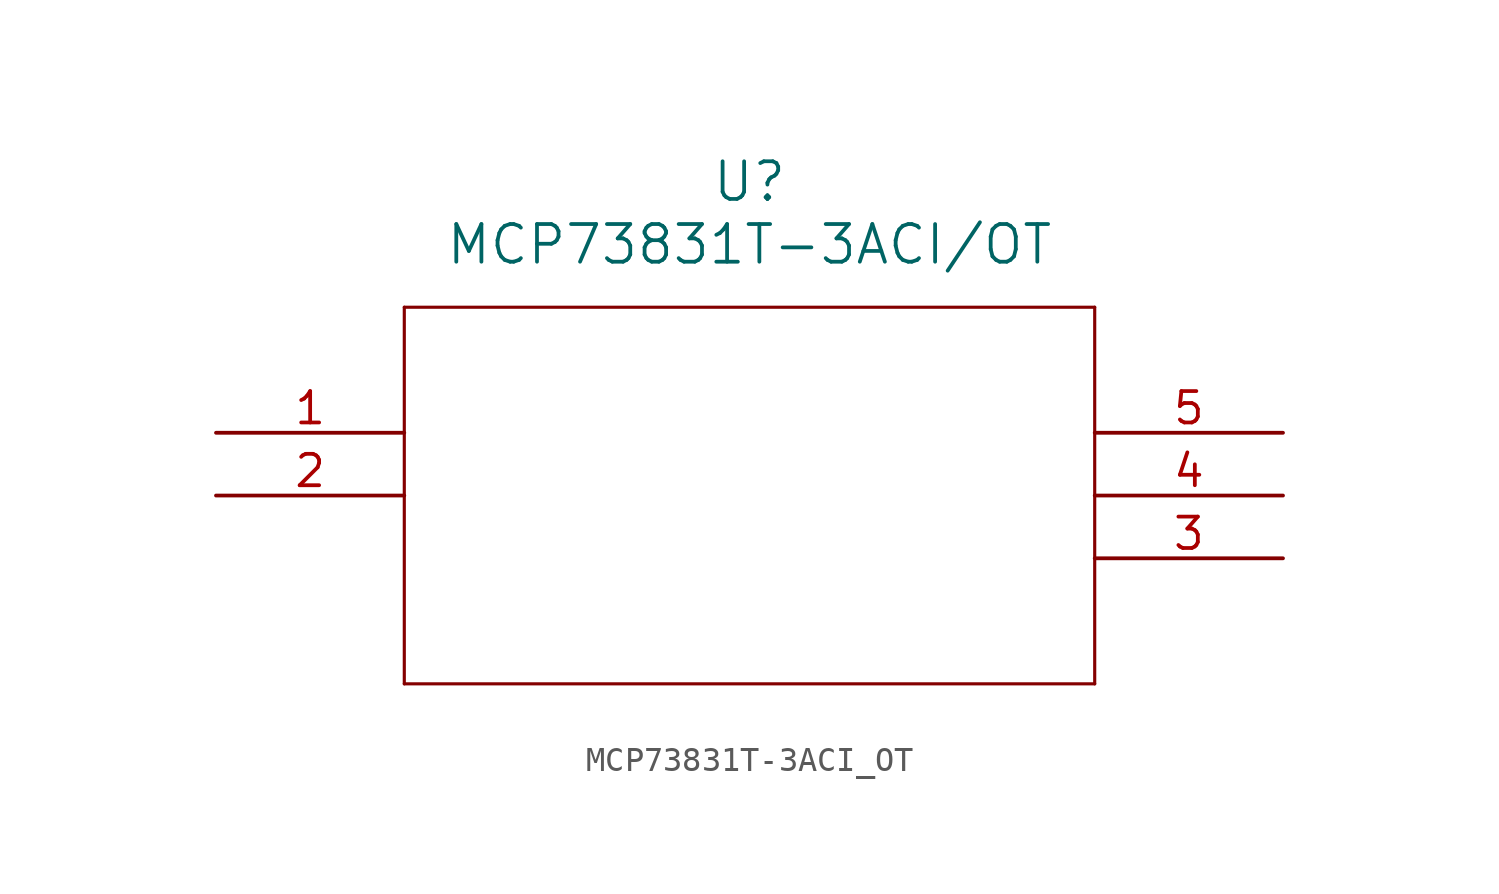
<source format=kicad_sym>
(kicad_symbol_lib
  (version 20211014)
  (generator kicad_symbol_editor)
  (symbol "MCP73831T-3ACI_OT"
    (pin_names
      (offset 0.254))
    (property "Reference" "U"
      (at 21.59 10.16 0)
      (effects (font (size 1.524 1.524))))
    (property "Value" "MCP73831T-3ACI/OT"
      (at 21.59 7.62 0)
      (effects (font (size 1.524 1.524))))
    (symbol "MCP73831T-3ACI_OT_0_1"
      (polyline (pts (xy 7.62 5.08) (xy 7.62 -10.16)) (stroke (width 0.127) (type default) (color 0 0 0 0)) (fill (type none)))
      (polyline (pts (xy 7.62 -10.16) (xy 35.56 -10.16)) (stroke (width 0.127) (type default) (color 0 0 0 0)) (fill (type none)))
      (polyline (pts (xy 35.56 -10.16) (xy 35.56 5.08)) (stroke (width 0.127) (type default) (color 0 0 0 0)) (fill (type none)))
      (polyline (pts (xy 35.56 5.08) (xy 7.62 5.08)) (stroke (width 0.127) (type default) (color 0 0 0 0)) (fill (type none)))
      (pin unspecified line (at 0 0 0) (length 7.62) (name "" (effects (font (size 1.27 1.27)))) (number "1" (effects (font (size 1.27 1.27)))))
      (pin unspecified line (at 0 -2.54 0) (length 7.62) (name "" (effects (font (size 1.27 1.27)))) (number "2" (effects (font (size 1.27 1.27)))))
      (pin unspecified line (at 43.18 -5.08 180) (length 7.62) (name "" (effects (font (size 1.27 1.27)))) (number "3" (effects (font (size 1.27 1.27)))))
      (pin unspecified line (at 43.18 -2.54 180) (length 7.62) (name "" (effects (font (size 1.27 1.27)))) (number "4" (effects (font (size 1.27 1.27)))))
      (pin unspecified line (at 43.18 0 180) (length 7.62) (name "" (effects (font (size 1.27 1.27)))) (number "5" (effects (font (size 1.27 1.27))))))))
</source>
